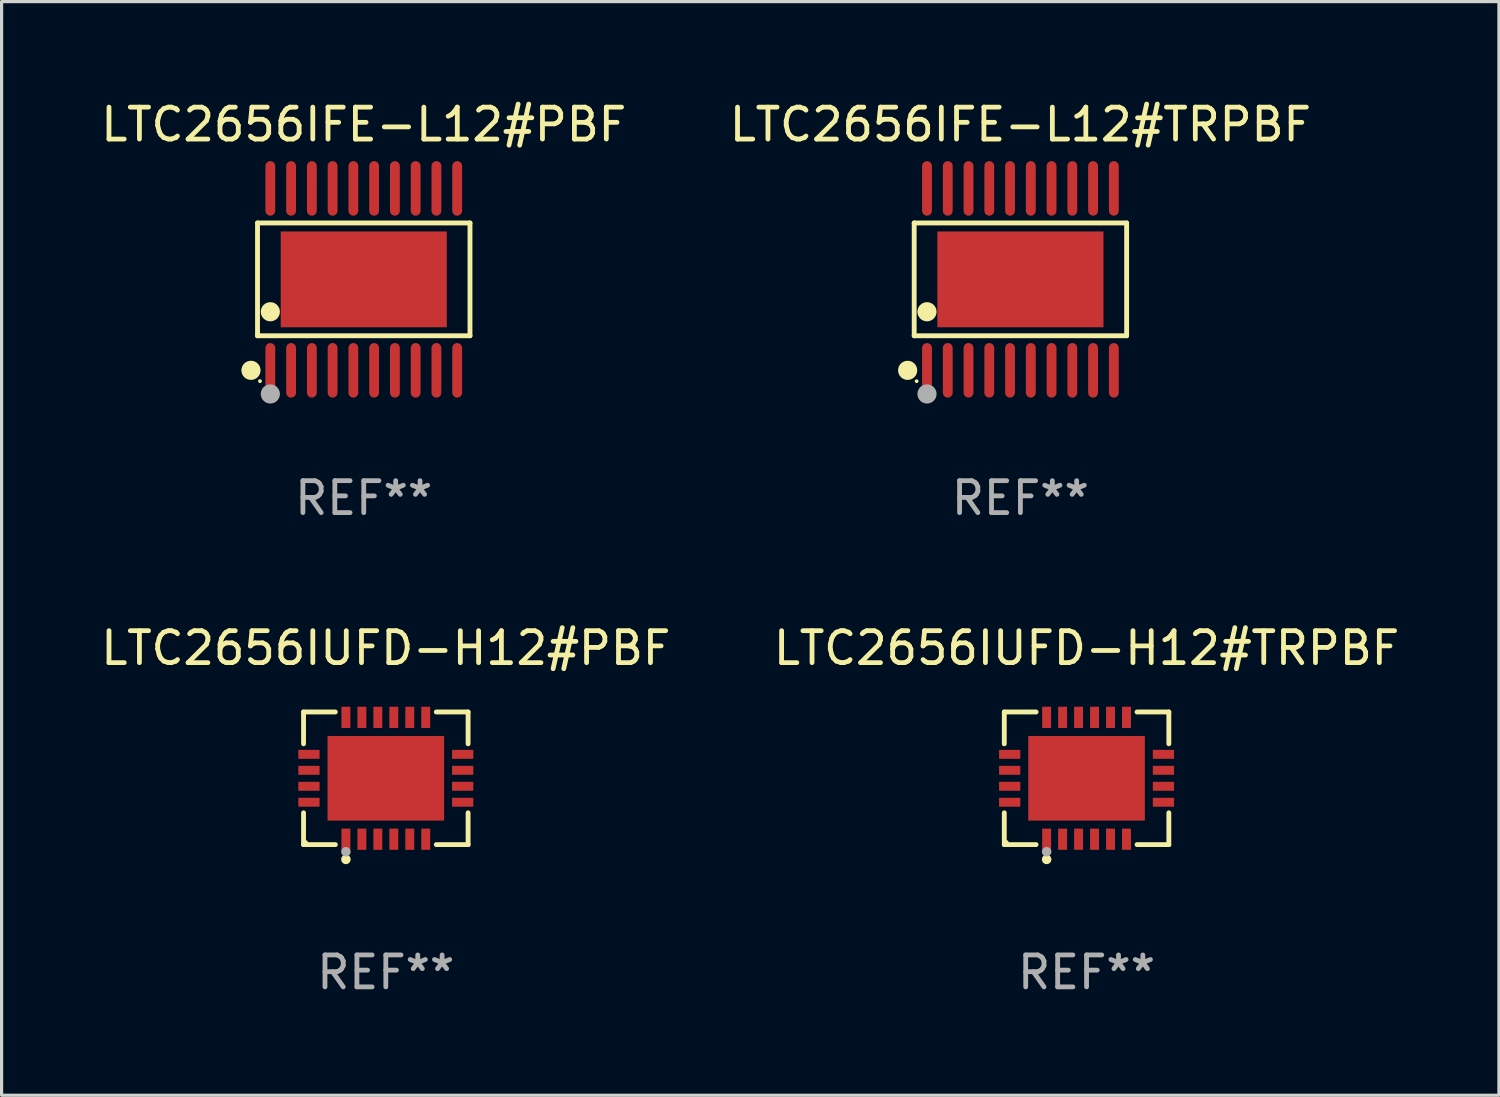
<source format=kicad_pcb>
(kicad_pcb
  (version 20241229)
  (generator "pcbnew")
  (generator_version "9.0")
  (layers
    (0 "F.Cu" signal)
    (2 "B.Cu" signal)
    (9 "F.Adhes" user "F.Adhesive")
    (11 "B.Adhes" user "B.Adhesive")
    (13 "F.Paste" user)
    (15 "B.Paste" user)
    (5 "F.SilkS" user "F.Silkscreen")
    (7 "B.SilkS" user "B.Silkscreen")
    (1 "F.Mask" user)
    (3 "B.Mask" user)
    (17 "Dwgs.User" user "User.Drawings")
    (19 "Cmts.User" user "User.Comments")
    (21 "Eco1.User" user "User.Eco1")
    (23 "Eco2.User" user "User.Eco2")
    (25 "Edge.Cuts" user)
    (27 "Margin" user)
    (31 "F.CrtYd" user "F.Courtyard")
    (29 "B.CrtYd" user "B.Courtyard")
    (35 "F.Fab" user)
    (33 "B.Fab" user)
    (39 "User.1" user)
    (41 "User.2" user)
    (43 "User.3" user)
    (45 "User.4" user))
  (footprint "LTC2656IUFD-H12#PBF"
    (layer "F.Cu")
    (at 9.03 21.318)
    (property "Reference" "LTC2656IUFD-H12#PBF" (at 0 -4.076 0) (layer "F.SilkS") (effects (font (size 1 1) (thickness 0.15))))
    (attr through_hole)
    (fp_line (start -2.576 -2.076) (end -1.58 -2.076) (stroke (width 0.152) (type solid)) (layer "F.SilkS"))
    (fp_line (start -2.576 -1.08) (end -2.576 -2.076) (stroke (width 0.152) (type solid)) (layer "F.SilkS"))
    (fp_line (start -2.576 1.08) (end -2.576 2.076) (stroke (width 0.152) (type solid)) (layer "F.SilkS"))
    (fp_line (start -2.576 2.076) (end -1.58 2.076) (stroke (width 0.152) (type solid)) (layer "F.SilkS"))
    (fp_line (start 2.576 -2.076) (end 1.58 -2.076) (stroke (width 0.152) (type solid)) (layer "F.SilkS"))
    (fp_line (start 2.576 -1.08) (end 2.576 -2.076) (stroke (width 0.152) (type solid)) (layer "F.SilkS"))
    (fp_line (start 2.576 1.08) (end 2.576 2.076) (stroke (width 0.152) (type solid)) (layer "F.SilkS"))
    (fp_line (start 2.576 2.076) (end 1.58 2.076) (stroke (width 0.152) (type solid)) (layer "F.SilkS"))
    (fp_circle (center -2.5 2) (end -2.47 2) (stroke (width 0.06) (type solid)) (fill no) (layer "F.SilkS"))
    (fp_circle (center -1.25 2.54) (end -1.175 2.54) (stroke (width 0.15) (type solid)) (fill no) (layer "F.SilkS"))
    (fp_circle (center -1.25 2.3) (end -1.175 2.3) (stroke (width 0.15) (type solid)) (fill no) (layer "F.Fab"))
    (fp_text user "REF**" (at 0 6.076 0) (layer "F.Fab") (effects (font (size 1 1) (thickness 0.15))))
    (pad "1" smd rect (at -1.25 1.908) (size 0.28 0.665) (layers "F.Cu" "F.Mask" "F.Paste"))
    (pad "2" smd rect (at -0.75 1.908) (size 0.28 0.665) (layers "F.Cu" "F.Mask" "F.Paste"))
    (pad "3" smd rect (at -0.25 1.908) (size 0.28 0.665) (layers "F.Cu" "F.Mask" "F.Paste"))
    (pad "4" smd rect (at 0.25 1.908) (size 0.28 0.665) (layers "F.Cu" "F.Mask" "F.Paste"))
    (pad "5" smd rect (at 0.75 1.908) (size 0.28 0.665) (layers "F.Cu" "F.Mask" "F.Paste"))
    (pad "6" smd rect (at 1.25 1.908) (size 0.28 0.665) (layers "F.Cu" "F.Mask" "F.Paste"))
    (pad "7" smd rect (at 2.407 0.75) (size 0.665 0.28) (layers "F.Cu" "F.Mask" "F.Paste"))
    (pad "8" smd rect (at 2.407 0.25) (size 0.665 0.28) (layers "F.Cu" "F.Mask" "F.Paste"))
    (pad "9" smd rect (at 2.407 -0.25) (size 0.665 0.28) (layers "F.Cu" "F.Mask" "F.Paste"))
    (pad "10" smd rect (at 2.407 -0.75) (size 0.665 0.28) (layers "F.Cu" "F.Mask" "F.Paste"))
    (pad "11" smd rect (at 1.25 -1.908) (size 0.28 0.665) (layers "F.Cu" "F.Mask" "F.Paste"))
    (pad "12" smd rect (at 0.75 -1.908) (size 0.28 0.665) (layers "F.Cu" "F.Mask" "F.Paste"))
    (pad "13" smd rect (at 0.25 -1.908) (size 0.28 0.665) (layers "F.Cu" "F.Mask" "F.Paste"))
    (pad "14" smd rect (at -0.25 -1.908) (size 0.28 0.665) (layers "F.Cu" "F.Mask" "F.Paste"))
    (pad "15" smd rect (at -0.75 -1.908) (size 0.28 0.665) (layers "F.Cu" "F.Mask" "F.Paste"))
    (pad "16" smd rect (at -1.25 -1.908) (size 0.28 0.665) (layers "F.Cu" "F.Mask" "F.Paste"))
    (pad "17" smd rect (at -2.407 -0.75) (size 0.665 0.28) (layers "F.Cu" "F.Mask" "F.Paste"))
    (pad "18" smd rect (at -2.407 -0.25) (size 0.665 0.28) (layers "F.Cu" "F.Mask" "F.Paste"))
    (pad "19" smd rect (at -2.407 0.25) (size 0.665 0.28) (layers "F.Cu" "F.Mask" "F.Paste"))
    (pad "20" smd rect (at -2.407 0.75) (size 0.665 0.28) (layers "F.Cu" "F.Mask" "F.Paste"))
    (pad "21" smd rect (at 0 0) (size 3.65 2.65) (layers "F.Cu" "F.Mask" "F.Paste")))
  (footprint "LTC2656IUFD-H12#TRPBF"
    (layer "F.Cu")
    (at 30.97 21.318)
    (property "Reference" "LTC2656IUFD-H12#TRPBF" (at 0 -4.076 0) (layer "F.SilkS") (effects (font (size 1 1) (thickness 0.15))))
    (attr through_hole)
    (fp_line (start -2.576 -2.076) (end -1.58 -2.076) (stroke (width 0.152) (type solid)) (layer "F.SilkS"))
    (fp_line (start -2.576 -1.08) (end -2.576 -2.076) (stroke (width 0.152) (type solid)) (layer "F.SilkS"))
    (fp_line (start -2.576 1.08) (end -2.576 2.076) (stroke (width 0.152) (type solid)) (layer "F.SilkS"))
    (fp_line (start -2.576 2.076) (end -1.58 2.076) (stroke (width 0.152) (type solid)) (layer "F.SilkS"))
    (fp_line (start 2.576 -2.076) (end 1.58 -2.076) (stroke (width 0.152) (type solid)) (layer "F.SilkS"))
    (fp_line (start 2.576 -1.08) (end 2.576 -2.076) (stroke (width 0.152) (type solid)) (layer "F.SilkS"))
    (fp_line (start 2.576 1.08) (end 2.576 2.076) (stroke (width 0.152) (type solid)) (layer "F.SilkS"))
    (fp_line (start 2.576 2.076) (end 1.58 2.076) (stroke (width 0.152) (type solid)) (layer "F.SilkS"))
    (fp_circle (center -2.5 2) (end -2.47 2) (stroke (width 0.06) (type solid)) (fill no) (layer "F.SilkS"))
    (fp_circle (center -1.25 2.54) (end -1.175 2.54) (stroke (width 0.15) (type solid)) (fill no) (layer "F.SilkS"))
    (fp_circle (center -1.25 2.3) (end -1.175 2.3) (stroke (width 0.15) (type solid)) (fill no) (layer "F.Fab"))
    (fp_text user "REF**" (at 0 6.076 0) (layer "F.Fab") (effects (font (size 1 1) (thickness 0.15))))
    (pad "1" smd rect (at -1.25 1.908) (size 0.28 0.665) (layers "F.Cu" "F.Mask" "F.Paste"))
    (pad "2" smd rect (at -0.75 1.908) (size 0.28 0.665) (layers "F.Cu" "F.Mask" "F.Paste"))
    (pad "3" smd rect (at -0.25 1.908) (size 0.28 0.665) (layers "F.Cu" "F.Mask" "F.Paste"))
    (pad "4" smd rect (at 0.25 1.908) (size 0.28 0.665) (layers "F.Cu" "F.Mask" "F.Paste"))
    (pad "5" smd rect (at 0.75 1.908) (size 0.28 0.665) (layers "F.Cu" "F.Mask" "F.Paste"))
    (pad "6" smd rect (at 1.25 1.908) (size 0.28 0.665) (layers "F.Cu" "F.Mask" "F.Paste"))
    (pad "7" smd rect (at 2.407 0.75) (size 0.665 0.28) (layers "F.Cu" "F.Mask" "F.Paste"))
    (pad "8" smd rect (at 2.407 0.25) (size 0.665 0.28) (layers "F.Cu" "F.Mask" "F.Paste"))
    (pad "9" smd rect (at 2.407 -0.25) (size 0.665 0.28) (layers "F.Cu" "F.Mask" "F.Paste"))
    (pad "10" smd rect (at 2.407 -0.75) (size 0.665 0.28) (layers "F.Cu" "F.Mask" "F.Paste"))
    (pad "11" smd rect (at 1.25 -1.908) (size 0.28 0.665) (layers "F.Cu" "F.Mask" "F.Paste"))
    (pad "12" smd rect (at 0.75 -1.908) (size 0.28 0.665) (layers "F.Cu" "F.Mask" "F.Paste"))
    (pad "13" smd rect (at 0.25 -1.908) (size 0.28 0.665) (layers "F.Cu" "F.Mask" "F.Paste"))
    (pad "14" smd rect (at -0.25 -1.908) (size 0.28 0.665) (layers "F.Cu" "F.Mask" "F.Paste"))
    (pad "15" smd rect (at -0.75 -1.908) (size 0.28 0.665) (layers "F.Cu" "F.Mask" "F.Paste"))
    (pad "16" smd rect (at -1.25 -1.908) (size 0.28 0.665) (layers "F.Cu" "F.Mask" "F.Paste"))
    (pad "17" smd rect (at -2.407 -0.75) (size 0.665 0.28) (layers "F.Cu" "F.Mask" "F.Paste"))
    (pad "18" smd rect (at -2.407 -0.25) (size 0.665 0.28) (layers "F.Cu" "F.Mask" "F.Paste"))
    (pad "19" smd rect (at -2.407 0.25) (size 0.665 0.28) (layers "F.Cu" "F.Mask" "F.Paste"))
    (pad "20" smd rect (at -2.407 0.75) (size 0.665 0.28) (layers "F.Cu" "F.Mask" "F.Paste"))
    (pad "21" smd rect (at 0 0) (size 3.65 2.65) (layers "F.Cu" "F.Mask" "F.Paste")))
  (footprint "LTC2656IFE-L12#TRPBF"
    (layer "F.Cu")
    (at 28.899 5.697)
    (property "Reference" "LTC2656IFE-L12#TRPBF" (at 0 -4.848 0) (layer "F.SilkS") (effects (font (size 1 1) (thickness 0.15))))
    (attr through_hole)
    (fp_line (start -3.326 -1.766) (end 3.326 -1.766) (stroke (width 0.152) (type solid)) (layer "F.SilkS"))
    (fp_line (start -3.326 1.766) (end -3.326 -1.766) (stroke (width 0.152) (type solid)) (layer "F.SilkS"))
    (fp_line (start 3.326 -1.766) (end 3.326 1.766) (stroke (width 0.152) (type solid)) (layer "F.SilkS"))
    (fp_line (start 3.326 1.766) (end -3.326 1.766) (stroke (width 0.152) (type solid)) (layer "F.SilkS"))
    (fp_circle (center -3.531 2.848) (end -3.381 2.848) (stroke (width 0.3) (type solid)) (fill no) (layer "F.SilkS"))
    (fp_circle (center -3.25 3.187) (end -3.22 3.187) (stroke (width 0.06) (type solid)) (fill no) (layer "F.SilkS"))
    (fp_circle (center -2.925 1.014) (end -2.775 1.014) (stroke (width 0.3) (type solid)) (fill no) (layer "F.SilkS"))
    (fp_circle (center -2.925 3.588) (end -2.775 3.588) (stroke (width 0.3) (type solid)) (fill no) (layer "F.Fab"))
    (fp_text user "REF**" (at 0 6.848 0) (layer "F.Fab") (effects (font (size 1 1) (thickness 0.15))))
    (pad "1" smd oval (at -2.925 2.848) (size 0.308 1.707) (layers "F.Cu" "F.Mask" "F.Paste"))
    (pad "2" smd oval (at -2.275 2.848) (size 0.308 1.707) (layers "F.Cu" "F.Mask" "F.Paste"))
    (pad "3" smd oval (at -1.625 2.848) (size 0.308 1.707) (layers "F.Cu" "F.Mask" "F.Paste"))
    (pad "4" smd oval (at -0.975 2.848) (size 0.308 1.707) (layers "F.Cu" "F.Mask" "F.Paste"))
    (pad "5" smd oval (at -0.325 2.848) (size 0.308 1.707) (layers "F.Cu" "F.Mask" "F.Paste"))
    (pad "6" smd oval (at 0.325 2.848) (size 0.308 1.707) (layers "F.Cu" "F.Mask" "F.Paste"))
    (pad "7" smd oval (at 0.975 2.848) (size 0.308 1.707) (layers "F.Cu" "F.Mask" "F.Paste"))
    (pad "8" smd oval (at 1.625 2.848) (size 0.308 1.707) (layers "F.Cu" "F.Mask" "F.Paste"))
    (pad "9" smd oval (at 2.275 2.848) (size 0.308 1.707) (layers "F.Cu" "F.Mask" "F.Paste"))
    (pad "10" smd oval (at 2.925 2.848) (size 0.308 1.707) (layers "F.Cu" "F.Mask" "F.Paste"))
    (pad "11" smd oval (at 2.925 -2.848) (size 0.308 1.707) (layers "F.Cu" "F.Mask" "F.Paste"))
    (pad "12" smd oval (at 2.275 -2.848) (size 0.308 1.707) (layers "F.Cu" "F.Mask" "F.Paste"))
    (pad "13" smd oval (at 1.625 -2.848) (size 0.308 1.707) (layers "F.Cu" "F.Mask" "F.Paste"))
    (pad "14" smd oval (at 0.975 -2.848) (size 0.308 1.707) (layers "F.Cu" "F.Mask" "F.Paste"))
    (pad "15" smd oval (at 0.325 -2.848) (size 0.308 1.707) (layers "F.Cu" "F.Mask" "F.Paste"))
    (pad "16" smd oval (at -0.325 -2.848) (size 0.308 1.707) (layers "F.Cu" "F.Mask" "F.Paste"))
    (pad "17" smd oval (at -0.975 -2.848) (size 0.308 1.707) (layers "F.Cu" "F.Mask" "F.Paste"))
    (pad "18" smd oval (at -1.625 -2.848) (size 0.308 1.707) (layers "F.Cu" "F.Mask" "F.Paste"))
    (pad "19" smd oval (at -2.275 -2.848) (size 0.308 1.707) (layers "F.Cu" "F.Mask" "F.Paste"))
    (pad "20" smd oval (at -2.925 -2.848) (size 0.308 1.707) (layers "F.Cu" "F.Mask" "F.Paste"))
    (pad "21" smd rect (at 0 0) (size 5.2 3) (layers "F.Cu" "F.Mask" "F.Paste")))
  (footprint "LTC2656IFE-L12#PBF"
    (layer "F.Cu")
    (at 8.339 5.697)
    (property "Reference" "LTC2656IFE-L12#PBF" (at 0 -4.848 0) (layer "F.SilkS") (effects (font (size 1 1) (thickness 0.15))))
    (attr through_hole)
    (fp_line (start -3.326 -1.766) (end 3.326 -1.766) (stroke (width 0.152) (type solid)) (layer "F.SilkS"))
    (fp_line (start -3.326 1.766) (end -3.326 -1.766) (stroke (width 0.152) (type solid)) (layer "F.SilkS"))
    (fp_line (start 3.326 -1.766) (end 3.326 1.766) (stroke (width 0.152) (type solid)) (layer "F.SilkS"))
    (fp_line (start 3.326 1.766) (end -3.326 1.766) (stroke (width 0.152) (type solid)) (layer "F.SilkS"))
    (fp_circle (center -3.531 2.848) (end -3.381 2.848) (stroke (width 0.3) (type solid)) (fill no) (layer "F.SilkS"))
    (fp_circle (center -3.25 3.187) (end -3.22 3.187) (stroke (width 0.06) (type solid)) (fill no) (layer "F.SilkS"))
    (fp_circle (center -2.925 1.014) (end -2.775 1.014) (stroke (width 0.3) (type solid)) (fill no) (layer "F.SilkS"))
    (fp_circle (center -2.925 3.588) (end -2.775 3.588) (stroke (width 0.3) (type solid)) (fill no) (layer "F.Fab"))
    (fp_text user "REF**" (at 0 6.848 0) (layer "F.Fab") (effects (font (size 1 1) (thickness 0.15))))
    (pad "1" smd oval (at -2.925 2.848) (size 0.308 1.707) (layers "F.Cu" "F.Mask" "F.Paste"))
    (pad "2" smd oval (at -2.275 2.848) (size 0.308 1.707) (layers "F.Cu" "F.Mask" "F.Paste"))
    (pad "3" smd oval (at -1.625 2.848) (size 0.308 1.707) (layers "F.Cu" "F.Mask" "F.Paste"))
    (pad "4" smd oval (at -0.975 2.848) (size 0.308 1.707) (layers "F.Cu" "F.Mask" "F.Paste"))
    (pad "5" smd oval (at -0.325 2.848) (size 0.308 1.707) (layers "F.Cu" "F.Mask" "F.Paste"))
    (pad "6" smd oval (at 0.325 2.848) (size 0.308 1.707) (layers "F.Cu" "F.Mask" "F.Paste"))
    (pad "7" smd oval (at 0.975 2.848) (size 0.308 1.707) (layers "F.Cu" "F.Mask" "F.Paste"))
    (pad "8" smd oval (at 1.625 2.848) (size 0.308 1.707) (layers "F.Cu" "F.Mask" "F.Paste"))
    (pad "9" smd oval (at 2.275 2.848) (size 0.308 1.707) (layers "F.Cu" "F.Mask" "F.Paste"))
    (pad "10" smd oval (at 2.925 2.848) (size 0.308 1.707) (layers "F.Cu" "F.Mask" "F.Paste"))
    (pad "11" smd oval (at 2.925 -2.848) (size 0.308 1.707) (layers "F.Cu" "F.Mask" "F.Paste"))
    (pad "12" smd oval (at 2.275 -2.848) (size 0.308 1.707) (layers "F.Cu" "F.Mask" "F.Paste"))
    (pad "13" smd oval (at 1.625 -2.848) (size 0.308 1.707) (layers "F.Cu" "F.Mask" "F.Paste"))
    (pad "14" smd oval (at 0.975 -2.848) (size 0.308 1.707) (layers "F.Cu" "F.Mask" "F.Paste"))
    (pad "15" smd oval (at 0.325 -2.848) (size 0.308 1.707) (layers "F.Cu" "F.Mask" "F.Paste"))
    (pad "16" smd oval (at -0.325 -2.848) (size 0.308 1.707) (layers "F.Cu" "F.Mask" "F.Paste"))
    (pad "17" smd oval (at -0.975 -2.848) (size 0.308 1.707) (layers "F.Cu" "F.Mask" "F.Paste"))
    (pad "18" smd oval (at -1.625 -2.848) (size 0.308 1.707) (layers "F.Cu" "F.Mask" "F.Paste"))
    (pad "19" smd oval (at -2.275 -2.848) (size 0.308 1.707) (layers "F.Cu" "F.Mask" "F.Paste"))
    (pad "20" smd oval (at -2.925 -2.848) (size 0.308 1.707) (layers "F.Cu" "F.Mask" "F.Paste"))
    (pad "21" smd rect (at 0 0) (size 5.2 3) (layers "F.Cu" "F.Mask" "F.Paste")))
  (gr_rect
    (start -3 -3)
    (end 43.881 31.242)
    (stroke (width 0.1) (type default))
    (fill no)
    (layer "Edge.Cuts")))
</source>
